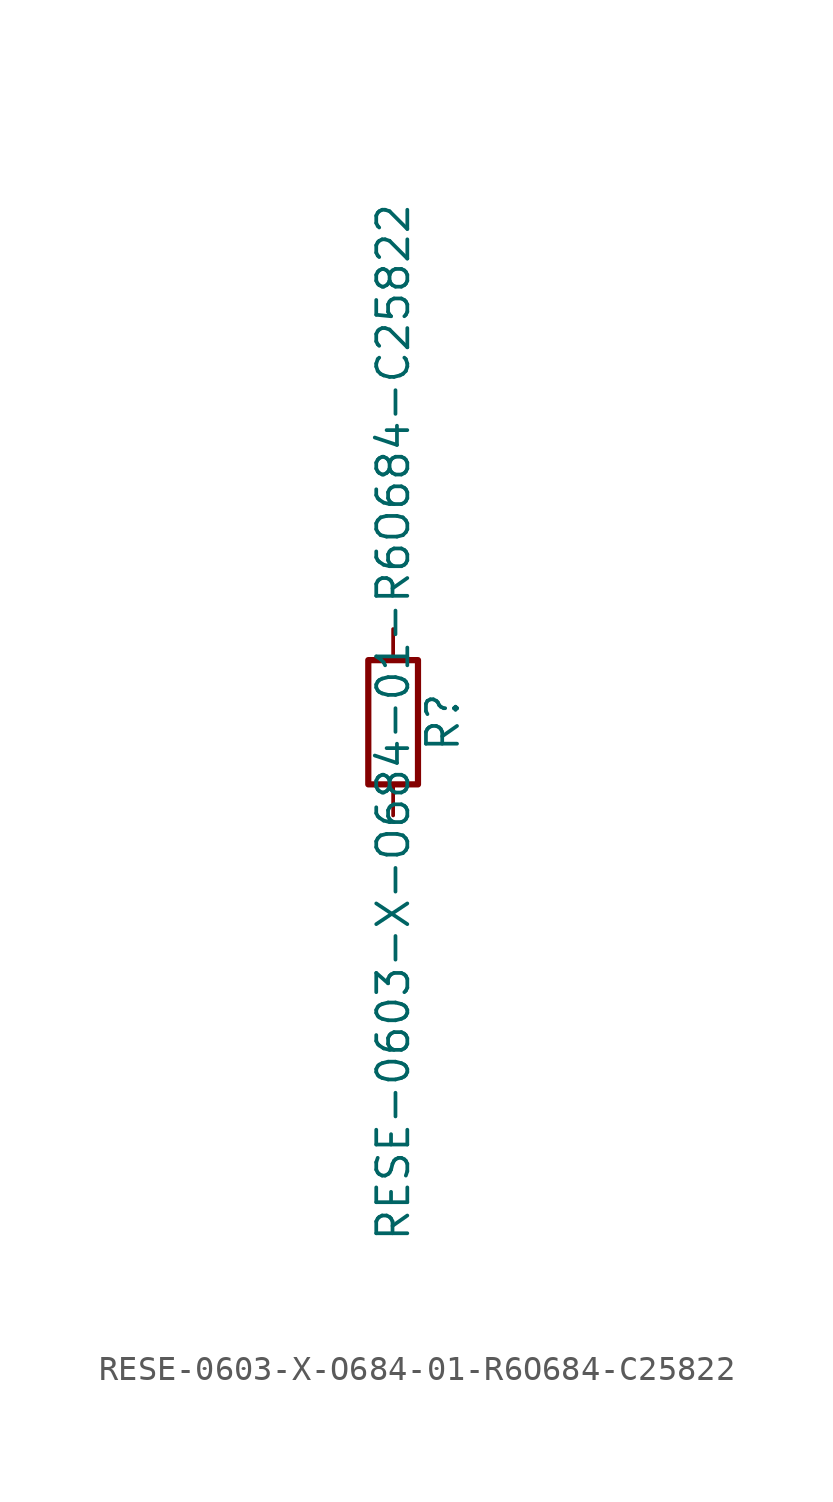
<source format=kicad_sym>
(kicad_symbol_lib
  (version 20211014)
  (generator kicad_symbol_editor)
  (symbol "RESE-0603-X-O684-01-R6O684-C25822"
    (pin_numbers hide)
    (pin_names
      (offset 0))
    (property "Reference" "R"
      (at 2.032 0 90)
      (effects (font (size 1.27 1.27))))
    (property "Value" "RESE-0603-X-O684-01-R6O684-C25822"
      (at 0 0 90)
      (effects (font (size 1.27 1.27))))
    (symbol "RESE-0603-X-O684-01-R6O684-C25822_0_1"
      (rectangle (start -1.016 -2.54) (end 1.016 2.54) (stroke (width 0.254) (type default) (color 0 0 0 0)) (fill (type none))))
    (symbol "RESE-0603-X-O684-01-R6O684-C25822_1_1"
      (pin passive line (at 0 3.81 270) (length 1.27) (name "~" (effects (font (size 1.27 1.27)))) (number "1" (effects (font (size 1.27 1.27)))))
      (pin passive line (at 0 -3.81 90) (length 1.27) (name "~" (effects (font (size 1.27 1.27)))) (number "2" (effects (font (size 1.27 1.27))))))))
</source>
